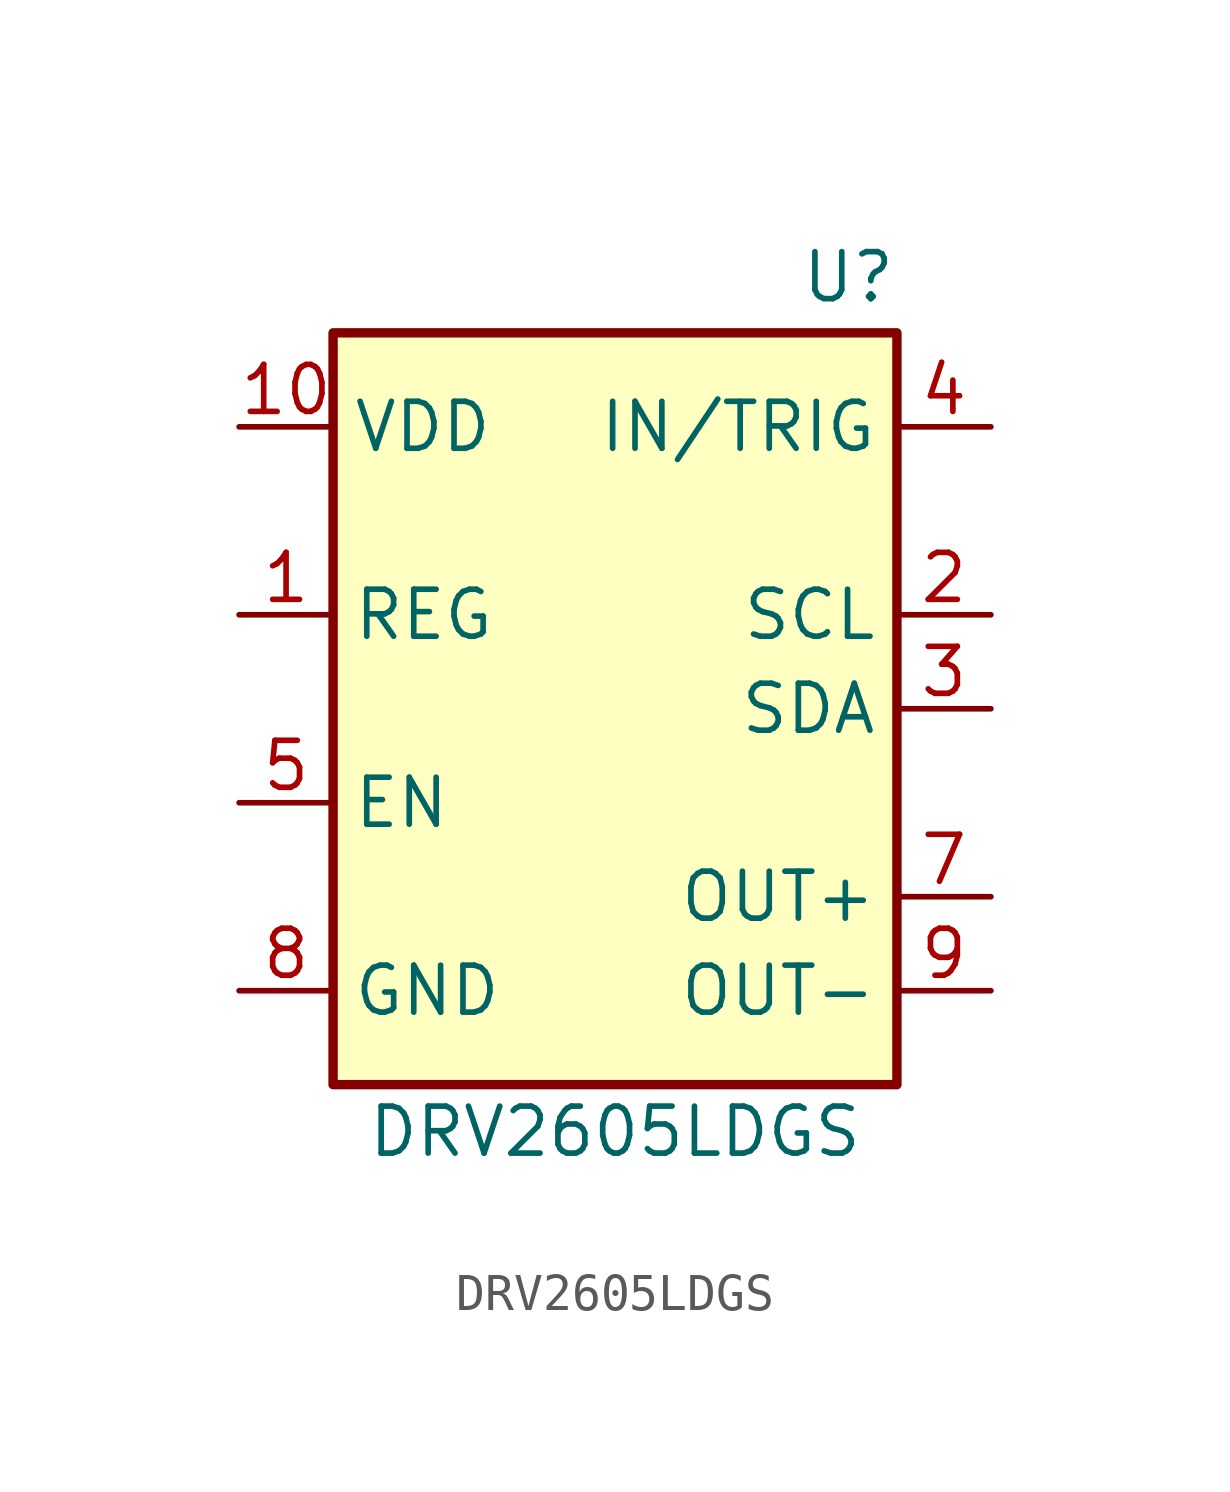
<source format=kicad_sym>
(kicad_symbol_lib
  (version 20231120)
  (generator "kicad_symbol_editor")
  (generator_version "8.99")
  (symbol "DRV2605LDGS"
    (property "Reference" "U"
      (at 7.62 10.922 0)
      (effects (font (size 1.27 1.27)) (justify right bottom)))
    (property "Value" "DRV2605LDGS"
      (at 0 -11.43 0)
      (effects (font (size 1.27 1.27))))
    (symbol "DRV2605LDGS_0_1"
      (rectangle (start -7.62 10.16) (end 7.62 -10.16) (stroke (width 0.254) (type default)) (fill (type background))))
    (symbol "DRV2605LDGS_1_1"
      (pin passive line (at -10.16 2.54 0) (length 2.54) (name "REG" (effects (font (size 1.27 1.27)))) (number "1" (effects (font (size 1.27 1.27)))))
      (pin power_in line (at -10.16 7.62 0) (length 2.54) (name "VDD" (effects (font (size 1.27 1.27)))) (number "10" (effects (font (size 1.27 1.27)))))
      (pin input line (at 10.16 2.54 180) (length 2.54) (name "SCL" (effects (font (size 1.27 1.27)))) (number "2" (effects (font (size 1.27 1.27)))))
      (pin bidirectional line (at 10.16 0 180) (length 2.54) (name "SDA" (effects (font (size 1.27 1.27)))) (number "3" (effects (font (size 1.27 1.27)))))
      (pin input line (at 10.16 7.62 180) (length 2.54) (name "IN/TRIG" (effects (font (size 1.27 1.27)))) (number "4" (effects (font (size 1.27 1.27)))))
      (pin input line (at -10.16 -2.54 0) (length 2.54) (name "EN" (effects (font (size 1.27 1.27)))) (number "5" (effects (font (size 1.27 1.27)))))
      (pin passive line (at -10.16 7.62 0) (length 2.54) hide (name "VDD" (effects (font (size 1.27 1.27)))) (number "6" (effects (font (size 1.27 1.27)))))
      (pin output line (at 10.16 -5.08 180) (length 2.54) (name "OUT+" (effects (font (size 1.27 1.27)))) (number "7" (effects (font (size 1.27 1.27)))))
      (pin power_in line (at -10.16 -7.62 0) (length 2.54) (name "GND" (effects (font (size 1.27 1.27)))) (number "8" (effects (font (size 1.27 1.27)))))
      (pin output line (at 10.16 -7.62 180) (length 2.54) (name "OUT-" (effects (font (size 1.27 1.27)))) (number "9" (effects (font (size 1.27 1.27))))))))
</source>
